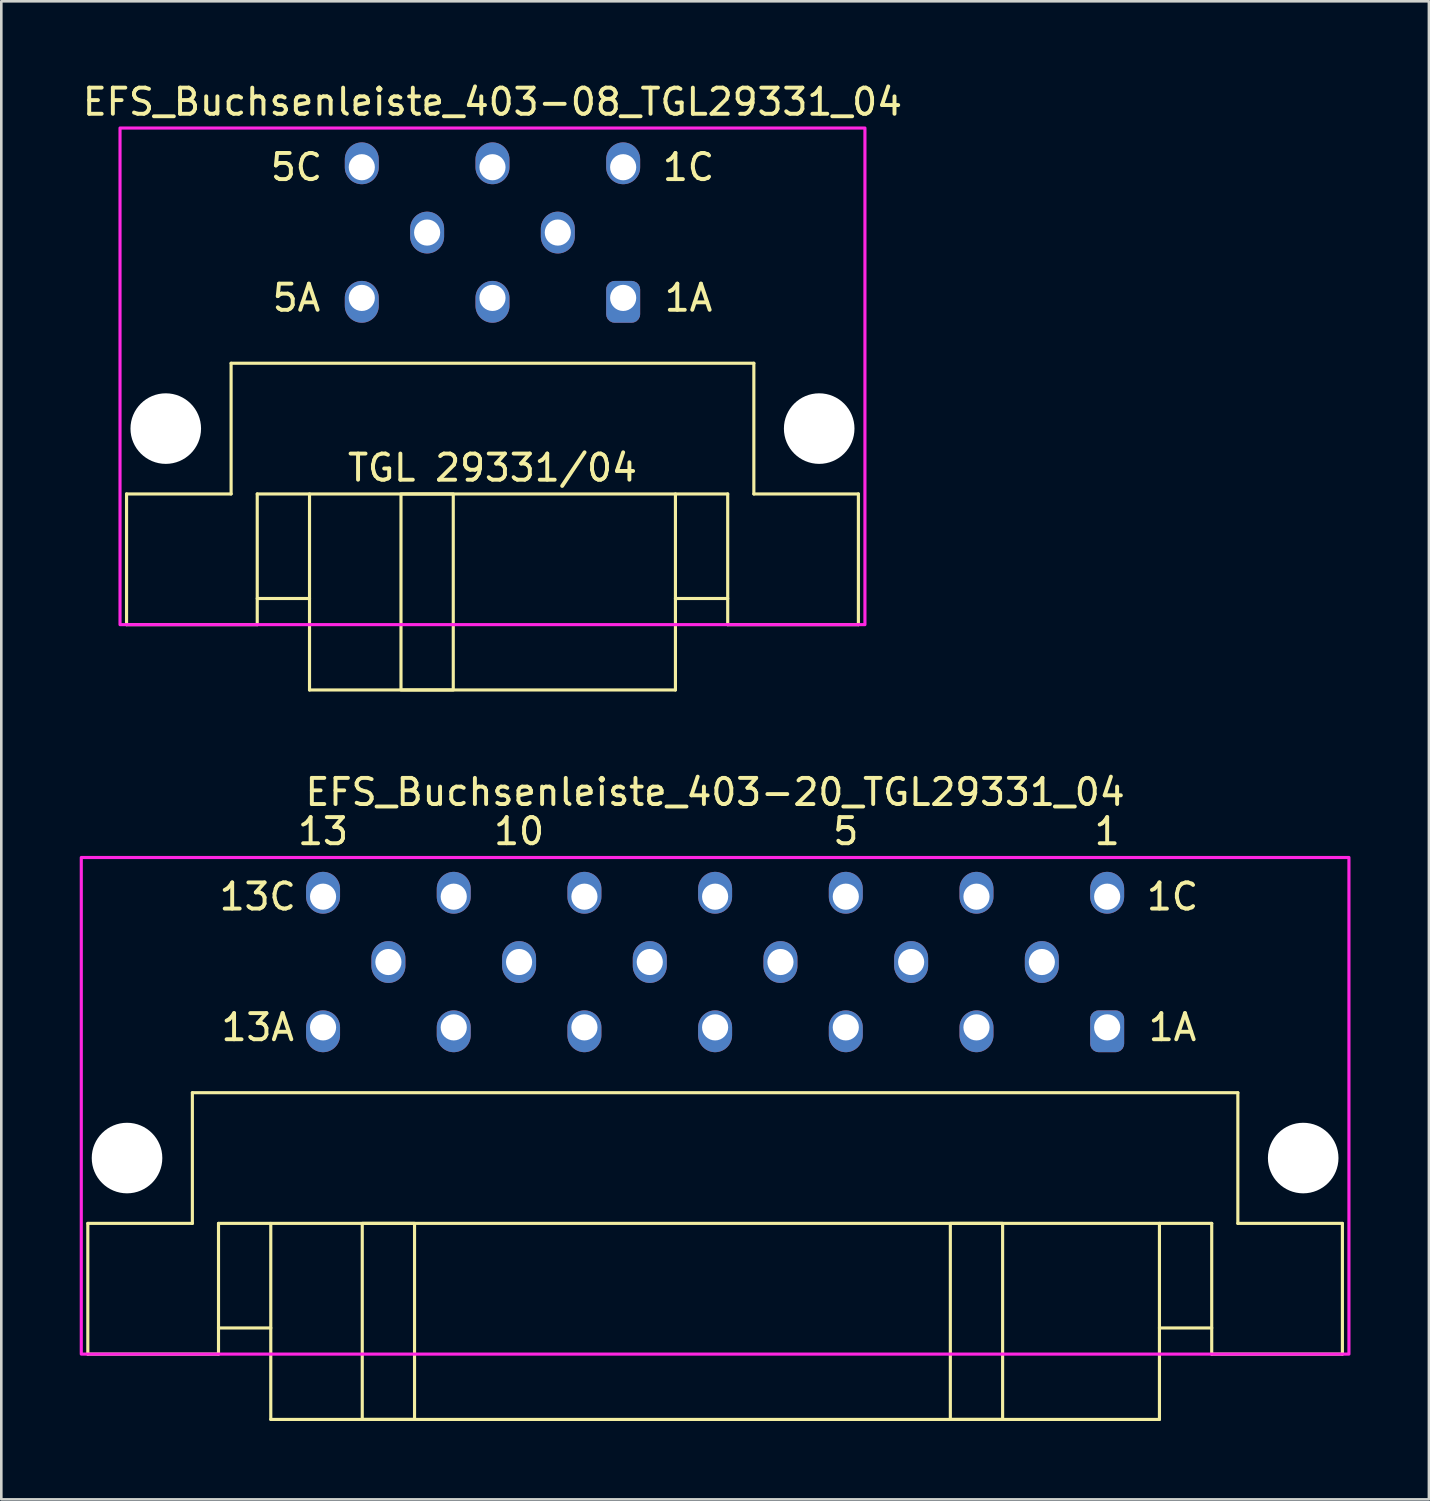
<source format=kicad_pcb>
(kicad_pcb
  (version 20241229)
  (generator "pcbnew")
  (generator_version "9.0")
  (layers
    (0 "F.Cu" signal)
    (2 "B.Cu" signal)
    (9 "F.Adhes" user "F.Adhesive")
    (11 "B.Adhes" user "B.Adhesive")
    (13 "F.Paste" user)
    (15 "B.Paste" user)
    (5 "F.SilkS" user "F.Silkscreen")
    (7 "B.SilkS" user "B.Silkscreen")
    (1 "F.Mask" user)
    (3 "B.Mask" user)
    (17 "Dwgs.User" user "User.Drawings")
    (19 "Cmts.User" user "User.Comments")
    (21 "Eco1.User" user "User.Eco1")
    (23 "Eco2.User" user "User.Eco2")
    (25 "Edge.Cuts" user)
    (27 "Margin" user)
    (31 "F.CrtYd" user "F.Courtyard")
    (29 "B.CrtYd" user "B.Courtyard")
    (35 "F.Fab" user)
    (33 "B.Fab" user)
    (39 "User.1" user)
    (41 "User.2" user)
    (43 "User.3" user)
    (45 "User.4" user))
  (footprint "EFS_Buchsenleiste_403-20_TGL29331_04"
    (layer "F.Cu")
    (at 24.31 48.757)
    (property "Reference" "EFS_Buchsenleiste_403-20_TGL29331_04" (at 0 -21.5 0) (layer "F.SilkS") (effects (font (size 1 1) (thickness 0.15))))
    (attr through_hole)
    (fp_line (start -24 -5) (end -24 0) (stroke (width 0.12) (type solid)) (layer "F.SilkS"))
    (fp_line (start -24 -5) (end -20 -5) (stroke (width 0.12) (type solid)) (layer "F.SilkS"))
    (fp_line (start -24 0) (end -19 0) (stroke (width 0.12) (type solid)) (layer "F.SilkS"))
    (fp_line (start -20 -10) (end -20 -5) (stroke (width 0.12) (type solid)) (layer "F.SilkS"))
    (fp_line (start -19 -5) (end -19 0) (stroke (width 0.12) (type solid)) (layer "F.SilkS"))
    (fp_line (start -19 -5) (end 19 -5) (stroke (width 0.12) (type solid)) (layer "F.SilkS"))
    (fp_line (start -17 -1) (end -19 -1) (stroke (width 0.12) (type solid)) (layer "F.SilkS"))
    (fp_line (start -17 2.5) (end -17 -5) (stroke (width 0.12) (type solid)) (layer "F.SilkS"))
    (fp_line (start -17 2.5) (end 17 2.5) (stroke (width 0.12) (type solid)) (layer "F.SilkS"))
    (fp_line (start 17 2.5) (end 17 -5) (stroke (width 0.12) (type solid)) (layer "F.SilkS"))
    (fp_line (start 19 -5) (end 19 0) (stroke (width 0.12) (type solid)) (layer "F.SilkS"))
    (fp_line (start 19 -1) (end 17 -1) (stroke (width 0.12) (type solid)) (layer "F.SilkS"))
    (fp_line (start 19 0) (end 24 0) (stroke (width 0.12) (type solid)) (layer "F.SilkS"))
    (fp_line (start 20 -10) (end -20 -10) (stroke (width 0.12) (type solid)) (layer "F.SilkS"))
    (fp_line (start 20 -10) (end 20 -5) (stroke (width 0.12) (type solid)) (layer "F.SilkS"))
    (fp_line (start 20 -5) (end 24 -5) (stroke (width 0.12) (type solid)) (layer "F.SilkS"))
    (fp_line (start 24 -5) (end 24 0) (stroke (width 0.12) (type solid)) (layer "F.SilkS"))
    (fp_rect (start -13.5 -5) (end -11.5 2.5) (stroke (width 0.12) (type solid)) (fill no) (layer "F.SilkS"))
    (fp_rect (start 9 -5) (end 11 2.5) (stroke (width 0.12) (type solid)) (fill no) (layer "F.SilkS"))
    (fp_rect (start -24.25 -19) (end 24.25 0) (stroke (width 0.12) (type solid)) (fill no) (layer "F.CrtYd"))
    (fp_text user "1" (at 15 -20 180) (layer "F.SilkS") (effects (font (size 1 1) (thickness 0.15))))
    (fp_text user "1C" (at 17.5 -17.5 180) (layer "F.SilkS") (effects (font (size 1 1) (thickness 0.15))))
    (fp_text user "13" (at -15 -20 180) (layer "F.SilkS") (effects (font (size 1 1) (thickness 0.15))))
    (fp_text user "1A" (at 17.5 -12.5 180) (layer "F.SilkS") (effects (font (size 1 1) (thickness 0.15))))
    (fp_text user "5" (at 5 -20 180) (layer "F.SilkS") (effects (font (size 1 1) (thickness 0.15))))
    (fp_text user "13A" (at -17.5 -12.5 180) (layer "F.SilkS") (effects (font (size 1 1) (thickness 0.15))))
    (fp_text user "13C" (at -17.5 -17.5 180) (layer "F.SilkS") (effects (font (size 1 1) (thickness 0.15))))
    (fp_text user "10" (at -7.5 -20 180) (layer "F.SilkS") (effects (font (size 1 1) (thickness 0.15))))
    (pad "" np_thru_hole circle (at -22.5 -7.5 180) (size 2.7 2.7) (drill 2.7) (layers "*.Cu" "*.Mask"))
    (pad "" np_thru_hole circle (at 22.5 -7.5 180) (size 2.7 2.7) (drill 2.7) (layers "*.Cu" "*.Mask"))
    (pad "1a" thru_hole roundrect (at 15 -12.5 180) (size 1.3 1.6) (drill 1 (offset 0 -0.15)) (layers "*.Cu" "*.Mask") (roundrect_rratio 0.25))
    (pad "1c" thru_hole oval (at 15 -17.5 180) (size 1.3 1.6) (drill 1 (offset 0 0.15)) (layers "*.Cu" "*.Mask"))
    (pad "2b" thru_hole oval (at 12.5 -15 180) (size 1.3 1.6) (drill 1) (layers "*.Cu" "*.Mask"))
    (pad "3a" thru_hole oval (at 10 -12.5 180) (size 1.3 1.6) (drill 1 (offset 0 -0.15)) (layers "*.Cu" "*.Mask"))
    (pad "3c" thru_hole oval (at 10 -17.5 180) (size 1.3 1.6) (drill 1 (offset 0 0.15)) (layers "*.Cu" "*.Mask"))
    (pad "4b" thru_hole oval (at 7.5 -15 180) (size 1.3 1.6) (drill 1) (layers "*.Cu" "*.Mask"))
    (pad "5a" thru_hole oval (at 5 -12.5 180) (size 1.3 1.6) (drill 1 (offset 0 -0.15)) (layers "*.Cu" "*.Mask"))
    (pad "5c" thru_hole oval (at 5 -17.5 180) (size 1.3 1.6) (drill 1 (offset 0 0.15)) (layers "*.Cu" "*.Mask"))
    (pad "6b" thru_hole oval (at 2.5 -15 180) (size 1.3 1.6) (drill 1) (layers "*.Cu" "*.Mask"))
    (pad "7a" thru_hole oval (at 0 -12.5 180) (size 1.3 1.6) (drill 1 (offset 0 -0.15)) (layers "*.Cu" "*.Mask"))
    (pad "7c" thru_hole oval (at 0 -17.5 180) (size 1.3 1.6) (drill 1 (offset 0 0.15)) (layers "*.Cu" "*.Mask"))
    (pad "8b" thru_hole oval (at -2.5 -15 180) (size 1.3 1.6) (drill 1) (layers "*.Cu" "*.Mask"))
    (pad "9a" thru_hole oval (at -5 -12.5 180) (size 1.3 1.6) (drill 1 (offset 0 -0.15)) (layers "*.Cu" "*.Mask"))
    (pad "9c" thru_hole oval (at -5 -17.5 180) (size 1.3 1.6) (drill 1 (offset 0 0.15)) (layers "*.Cu" "*.Mask"))
    (pad "10b" thru_hole oval (at -7.5 -15 180) (size 1.3 1.6) (drill 1) (layers "*.Cu" "*.Mask"))
    (pad "11a" thru_hole oval (at -10 -12.5 180) (size 1.3 1.6) (drill 1 (offset 0 -0.15)) (layers "*.Cu" "*.Mask"))
    (pad "11c" thru_hole oval (at -10 -17.5 180) (size 1.3 1.6) (drill 1 (offset 0 0.15)) (layers "*.Cu" "*.Mask"))
    (pad "12b" thru_hole oval (at -12.5 -15 180) (size 1.3 1.6) (drill 1) (layers "*.Cu" "*.Mask"))
    (pad "13a" thru_hole oval (at -15 -12.5 180) (size 1.3 1.6) (drill 1 (offset 0 -0.15)) (layers "*.Cu" "*.Mask"))
    (pad "13c" thru_hole oval (at -15 -17.5 180) (size 1.3 1.6) (drill 1 (offset 0 0.15)) (layers "*.Cu" "*.Mask")))
  (footprint "EFS_Buchsenleiste_403-08_TGL29331_04"
    (layer "F.Cu")
    (at 15.792 20.848)
    (property "Reference" "EFS_Buchsenleiste_403-08_TGL29331_04" (at 0 -20 0) (layer "F.SilkS") (effects (font (size 1 1) (thickness 0.15))))
    (attr through_hole)
    (fp_line (start -14 -5) (end -14 0) (stroke (width 0.12) (type solid)) (layer "F.SilkS"))
    (fp_line (start -14 -5) (end -10 -5) (stroke (width 0.12) (type solid)) (layer "F.SilkS"))
    (fp_line (start -14 0) (end -9 0) (stroke (width 0.12) (type solid)) (layer "F.SilkS"))
    (fp_line (start -10 -10) (end -10 -5) (stroke (width 0.12) (type solid)) (layer "F.SilkS"))
    (fp_line (start -9 -5) (end -9 0) (stroke (width 0.12) (type solid)) (layer "F.SilkS"))
    (fp_line (start -9 -5) (end 9 -5) (stroke (width 0.12) (type solid)) (layer "F.SilkS"))
    (fp_line (start -7 -1) (end -9 -1) (stroke (width 0.12) (type solid)) (layer "F.SilkS"))
    (fp_line (start -7 2.5) (end -7 -5) (stroke (width 0.12) (type solid)) (layer "F.SilkS"))
    (fp_line (start -7 2.5) (end 7 2.5) (stroke (width 0.12) (type solid)) (layer "F.SilkS"))
    (fp_line (start 7 2.5) (end 7 -5) (stroke (width 0.12) (type solid)) (layer "F.SilkS"))
    (fp_line (start 9 -5) (end 9 0) (stroke (width 0.12) (type solid)) (layer "F.SilkS"))
    (fp_line (start 9 -1) (end 7 -1) (stroke (width 0.12) (type solid)) (layer "F.SilkS"))
    (fp_line (start 9 0) (end 14 0) (stroke (width 0.12) (type solid)) (layer "F.SilkS"))
    (fp_line (start 10 -10) (end -10 -10) (stroke (width 0.12) (type solid)) (layer "F.SilkS"))
    (fp_line (start 10 -10) (end 10 -5) (stroke (width 0.12) (type solid)) (layer "F.SilkS"))
    (fp_line (start 10 -5) (end 14 -5) (stroke (width 0.12) (type solid)) (layer "F.SilkS"))
    (fp_line (start 14 -5) (end 14 0) (stroke (width 0.12) (type solid)) (layer "F.SilkS"))
    (fp_rect (start -3.5 -5) (end -1.5 2.5) (stroke (width 0.12) (type solid)) (fill no) (layer "F.SilkS"))
    (fp_rect (start -14.25 -19) (end 14.25 0) (stroke (width 0.12) (type solid)) (fill no) (layer "F.CrtYd"))
    (fp_text user "1A" (at 7.5 -12.5 180) (layer "F.SilkS") (effects (font (size 1 1) (thickness 0.15))))
    (fp_text user "5A" (at -7.5 -12.5 180) (layer "F.SilkS") (effects (font (size 1 1) (thickness 0.15))))
    (fp_text user "1C" (at 7.5 -17.5 180) (layer "F.SilkS") (effects (font (size 1 1) (thickness 0.15))))
    (fp_text user "TGL 29331/04" (at 0 -6 0) (unlocked yes) (layer "F.SilkS") (effects (font (size 1 1) (thickness 0.15))))
    (fp_text user "5C" (at -7.5 -17.5 180) (layer "F.SilkS") (effects (font (size 1 1) (thickness 0.15))))
    (pad "" np_thru_hole circle (at -12.5 -7.5 180) (size 2.7 2.7) (drill 2.7) (layers "*.Cu" "*.Mask"))
    (pad "" np_thru_hole circle (at 12.5 -7.5 180) (size 2.7 2.7) (drill 2.7) (layers "*.Cu" "*.Mask"))
    (pad "1a" thru_hole roundrect (at 5 -12.5 180) (size 1.3 1.6) (drill 1 (offset 0 -0.15)) (layers "*.Cu" "*.Mask") (roundrect_rratio 0.25))
    (pad "1c" thru_hole oval (at 5 -17.5 180) (size 1.3 1.6) (drill 1 (offset 0 0.15)) (layers "*.Cu" "*.Mask"))
    (pad "2b" thru_hole oval (at 2.5 -15 180) (size 1.3 1.6) (drill 1) (layers "*.Cu" "*.Mask"))
    (pad "3a" thru_hole oval (at 0 -12.5 180) (size 1.3 1.6) (drill 1 (offset 0 -0.15)) (layers "*.Cu" "*.Mask"))
    (pad "3c" thru_hole oval (at 0 -17.5 180) (size 1.3 1.6) (drill 1 (offset 0 0.15)) (layers "*.Cu" "*.Mask"))
    (pad "4b" thru_hole oval (at -2.5 -15 180) (size 1.3 1.6) (drill 1) (layers "*.Cu" "*.Mask"))
    (pad "5a" thru_hole oval (at -5 -12.5 180) (size 1.3 1.6) (drill 1 (offset 0 -0.15)) (layers "*.Cu" "*.Mask"))
    (pad "5c" thru_hole oval (at -5 -17.5 180) (size 1.3 1.6) (drill 1 (offset 0 0.15)) (layers "*.Cu" "*.Mask")))
  (gr_rect
    (start -3 -3)
    (end 51.62 54.316)
    (stroke (width 0.1) (type default))
    (fill no)
    (layer "Edge.Cuts")))
</source>
